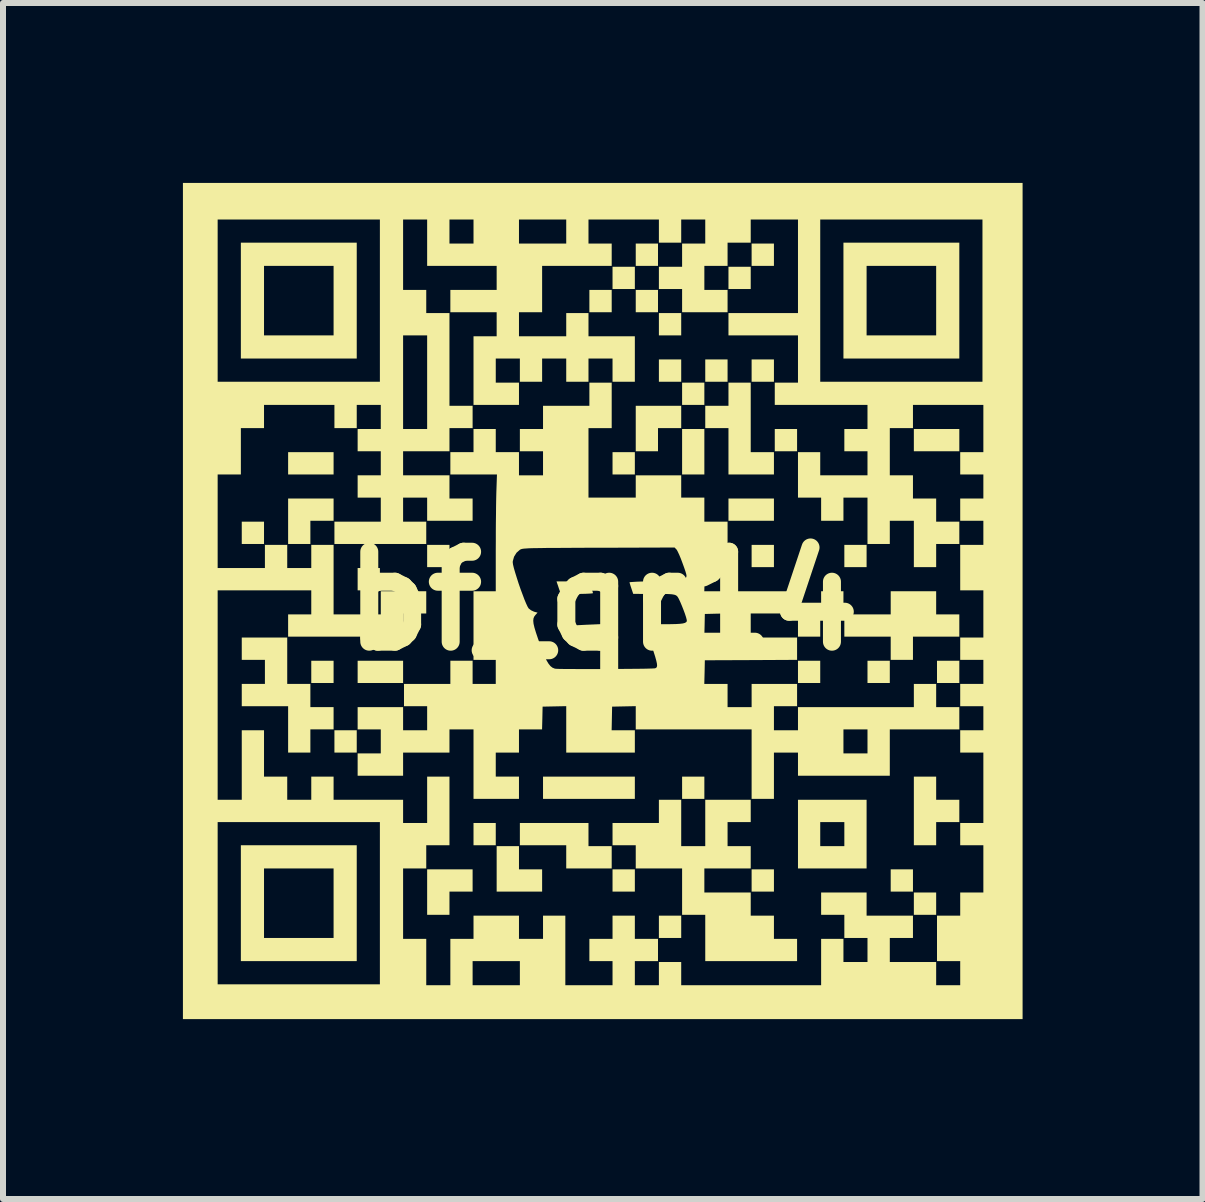
<source format=kicad_pcb>
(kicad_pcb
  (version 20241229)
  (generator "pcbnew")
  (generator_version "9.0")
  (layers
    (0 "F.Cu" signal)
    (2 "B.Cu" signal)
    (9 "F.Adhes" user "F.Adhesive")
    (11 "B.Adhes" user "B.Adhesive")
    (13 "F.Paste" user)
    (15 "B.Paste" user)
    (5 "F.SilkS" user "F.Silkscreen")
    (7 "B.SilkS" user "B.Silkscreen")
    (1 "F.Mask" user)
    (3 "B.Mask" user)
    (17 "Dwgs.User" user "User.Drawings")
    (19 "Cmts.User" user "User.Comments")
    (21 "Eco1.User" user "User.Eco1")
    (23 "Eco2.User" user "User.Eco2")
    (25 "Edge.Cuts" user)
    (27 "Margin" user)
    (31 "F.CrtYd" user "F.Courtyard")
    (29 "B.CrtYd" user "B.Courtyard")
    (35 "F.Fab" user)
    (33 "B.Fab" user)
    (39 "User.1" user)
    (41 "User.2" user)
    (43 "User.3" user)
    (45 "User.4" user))
  (footprint "bf_qr14"
    (layer "F.Cu")
    (at 7 6.971)
    (property "Reference" "bf_qr14" (at 0 0 0) (layer "F.SilkS") (effects (font (size 1.5 1.5) (thickness 0.3))))
    (attr board_only exclude_from_pos_files exclude_from_bom)
    (fp_poly (pts (xy -5.648 -1.137) (xy -5.648 -0.951) (xy -5.834 -0.951) (xy -6.019 -0.951) (xy -6.019 -1.137) (xy -6.019 -1.323) (xy -5.834 -1.323) (xy -5.648 -1.323)) (stroke (width 0) (type solid)) (fill yes) (layer "F.SilkS"))
    (fp_poly (pts (xy -4.488 -2.296) (xy -4.488 -2.11) (xy -4.867 -2.11) (xy -5.246 -2.11) (xy -5.246 -2.296) (xy -5.246 -2.482) (xy -4.867 -2.482) (xy -4.488 -2.482)) (stroke (width 0) (type solid)) (fill yes) (layer "F.SilkS"))
    (fp_poly (pts (xy -4.488 1.182) (xy -4.488 1.367) (xy -4.674 1.367) (xy -4.86 1.367) (xy -4.86 1.182) (xy -4.86 0.996) (xy -4.674 0.996) (xy -4.488 0.996)) (stroke (width 0) (type solid)) (fill yes) (layer "F.SilkS"))
    (fp_poly (pts (xy -4.102 2.341) (xy -4.102 2.527) (xy -4.288 2.527) (xy -4.474 2.527) (xy -4.474 2.341) (xy -4.474 2.155) (xy -4.288 2.155) (xy -4.102 2.155)) (stroke (width 0) (type solid)) (fill yes) (layer "F.SilkS"))
    (fp_poly (pts (xy -3.716 -0.364) (xy -3.716 -0.178) (xy -3.901 -0.178) (xy -4.087 -0.178) (xy -4.087 -0.364) (xy -4.087 -0.55) (xy -3.901 -0.55) (xy -3.716 -0.55)) (stroke (width 0) (type solid)) (fill yes) (layer "F.SilkS"))
    (fp_poly (pts (xy -3.329 1.182) (xy -3.329 1.367) (xy -3.708 1.367) (xy -4.087 1.367) (xy -4.087 1.182) (xy -4.087 0.996) (xy -3.708 0.996) (xy -3.329 0.996)) (stroke (width 0) (type solid)) (fill yes) (layer "F.SilkS"))
    (fp_poly (pts (xy -2.556 -0.751) (xy -2.556 -0.565) (xy -2.742 -0.565) (xy -2.928 -0.565) (xy -2.928 -0.751) (xy -2.928 -0.936) (xy -2.742 -0.936) (xy -2.556 -0.936)) (stroke (width 0) (type solid)) (fill yes) (layer "F.SilkS"))
    (fp_poly (pts (xy -1.784 3.887) (xy -1.784 4.072) (xy -1.969 4.072) (xy -2.155 4.072) (xy -2.155 3.887) (xy -2.155 3.701) (xy -1.969 3.701) (xy -1.784 3.701)) (stroke (width 0) (type solid)) (fill yes) (layer "F.SilkS"))
    (fp_poly (pts (xy 0.149 -5.001) (xy 0.149 -4.815) (xy -0.037 -4.815) (xy -0.223 -4.815) (xy -0.223 -5.001) (xy -0.223 -5.187) (xy -0.037 -5.187) (xy 0.149 -5.187)) (stroke (width 0) (type solid)) (fill yes) (layer "F.SilkS"))
    (fp_poly (pts (xy 0.535 -5.388) (xy 0.535 -5.202) (xy 0.349 -5.202) (xy 0.163 -5.202) (xy 0.163 -5.388) (xy 0.163 -5.573) (xy 0.349 -5.573) (xy 0.535 -5.573)) (stroke (width 0) (type solid)) (fill yes) (layer "F.SilkS"))
    (fp_poly (pts (xy 0.535 -2.296) (xy 0.535 -2.11) (xy 0.349 -2.11) (xy 0.163 -2.11) (xy 0.163 -2.296) (xy 0.163 -2.482) (xy 0.349 -2.482) (xy 0.535 -2.482)) (stroke (width 0) (type solid)) (fill yes) (layer "F.SilkS"))
    (fp_poly (pts (xy 0.535 3.114) (xy 0.535 3.299) (xy -0.23 3.299) (xy -0.996 3.299) (xy -0.996 3.114) (xy -0.996 2.928) (xy -0.23 2.928) (xy 0.535 2.928)) (stroke (width 0) (type solid)) (fill yes) (layer "F.SilkS"))
    (fp_poly (pts (xy 0.535 4.659) (xy 0.535 4.845) (xy 0.349 4.845) (xy 0.163 4.845) (xy 0.163 4.659) (xy 0.163 4.474) (xy 0.349 4.474) (xy 0.535 4.474)) (stroke (width 0) (type solid)) (fill yes) (layer "F.SilkS"))
    (fp_poly (pts (xy 0.921 -5.774) (xy 0.921 -5.588) (xy 0.736 -5.588) (xy 0.55 -5.588) (xy 0.55 -5.774) (xy 0.55 -5.96) (xy 0.736 -5.96) (xy 0.921 -5.96)) (stroke (width 0) (type solid)) (fill yes) (layer "F.SilkS"))
    (fp_poly (pts (xy 0.921 -5.001) (xy 0.921 -4.815) (xy 0.736 -4.815) (xy 0.55 -4.815) (xy 0.55 -5.001) (xy 0.55 -5.187) (xy 0.736 -5.187) (xy 0.921 -5.187)) (stroke (width 0) (type solid)) (fill yes) (layer "F.SilkS"))
    (fp_poly (pts (xy 1.308 -4.615) (xy 1.308 -4.429) (xy 1.122 -4.429) (xy 0.936 -4.429) (xy 0.936 -4.615) (xy 0.936 -4.801) (xy 1.122 -4.801) (xy 1.308 -4.801)) (stroke (width 0) (type solid)) (fill yes) (layer "F.SilkS"))
    (fp_poly (pts (xy 1.308 -3.842) (xy 1.308 -3.656) (xy 1.122 -3.656) (xy 0.936 -3.656) (xy 0.936 -3.842) (xy 0.936 -4.028) (xy 1.122 -4.028) (xy 1.308 -4.028)) (stroke (width 0) (type solid)) (fill yes) (layer "F.SilkS"))
    (fp_poly (pts (xy 1.308 5.432) (xy 1.308 5.618) (xy 1.122 5.618) (xy 0.936 5.618) (xy 0.936 5.432) (xy 0.936 5.246) (xy 1.122 5.246) (xy 1.308 5.246)) (stroke (width 0) (type solid)) (fill yes) (layer "F.SilkS"))
    (fp_poly (pts (xy 1.694 -3.456) (xy 1.694 -3.27) (xy 1.509 -3.27) (xy 1.323 -3.27) (xy 1.323 -3.456) (xy 1.323 -3.641) (xy 1.509 -3.641) (xy 1.694 -3.641)) (stroke (width 0) (type solid)) (fill yes) (layer "F.SilkS"))
    (fp_poly (pts (xy 1.694 -2.489) (xy 1.694 -2.11) (xy 1.509 -2.11) (xy 1.323 -2.11) (xy 1.323 -2.489) (xy 1.323 -2.868) (xy 1.509 -2.868) (xy 1.694 -2.868)) (stroke (width 0) (type solid)) (fill yes) (layer "F.SilkS"))
    (fp_poly (pts (xy 1.694 3.114) (xy 1.694 3.299) (xy 1.509 3.299) (xy 1.323 3.299) (xy 1.323 3.114) (xy 1.323 2.928) (xy 1.509 2.928) (xy 1.694 2.928)) (stroke (width 0) (type solid)) (fill yes) (layer "F.SilkS"))
    (fp_poly (pts (xy 2.081 -3.842) (xy 2.081 -3.656) (xy 1.895 -3.656) (xy 1.709 -3.656) (xy 1.709 -3.842) (xy 1.709 -4.028) (xy 1.895 -4.028) (xy 2.081 -4.028)) (stroke (width 0) (type solid)) (fill yes) (layer "F.SilkS"))
    (fp_poly (pts (xy 2.467 -5.388) (xy 2.467 -5.202) (xy 2.281 -5.202) (xy 2.096 -5.202) (xy 2.096 -5.388) (xy 2.096 -5.573) (xy 2.281 -5.573) (xy 2.467 -5.573)) (stroke (width 0) (type solid)) (fill yes) (layer "F.SilkS"))
    (fp_poly (pts (xy 2.854 -5.774) (xy 2.854 -5.588) (xy 2.668 -5.588) (xy 2.482 -5.588) (xy 2.482 -5.774) (xy 2.482 -5.96) (xy 2.668 -5.96) (xy 2.854 -5.96)) (stroke (width 0) (type solid)) (fill yes) (layer "F.SilkS"))
    (fp_poly (pts (xy 2.854 -3.842) (xy 2.854 -3.656) (xy 2.668 -3.656) (xy 2.482 -3.656) (xy 2.482 -3.842) (xy 2.482 -4.028) (xy 2.668 -4.028) (xy 2.854 -4.028)) (stroke (width 0) (type solid)) (fill yes) (layer "F.SilkS"))
    (fp_poly (pts (xy 2.854 -1.523) (xy 2.854 -1.338) (xy 2.475 -1.338) (xy 2.096 -1.338) (xy 2.096 -1.523) (xy 2.096 -1.709) (xy 2.475 -1.709) (xy 2.854 -1.709)) (stroke (width 0) (type solid)) (fill yes) (layer "F.SilkS"))
    (fp_poly (pts (xy 2.854 -0.751) (xy 2.854 -0.565) (xy 2.668 -0.565) (xy 2.482 -0.565) (xy 2.482 -0.751) (xy 2.482 -0.936) (xy 2.668 -0.936) (xy 2.854 -0.936)) (stroke (width 0) (type solid)) (fill yes) (layer "F.SilkS"))
    (fp_poly (pts (xy 2.854 4.659) (xy 2.854 4.845) (xy 2.668 4.845) (xy 2.482 4.845) (xy 2.482 4.659) (xy 2.482 4.474) (xy 2.668 4.474) (xy 2.854 4.474)) (stroke (width 0) (type solid)) (fill yes) (layer "F.SilkS"))
    (fp_poly (pts (xy 3.24 -2.683) (xy 3.24 -2.497) (xy 3.054 -2.497) (xy 2.868 -2.497) (xy 2.868 -2.683) (xy 2.868 -2.868) (xy 3.054 -2.868) (xy 3.24 -2.868)) (stroke (width 0) (type solid)) (fill yes) (layer "F.SilkS"))
    (fp_poly (pts (xy 3.626 0.409) (xy 3.626 0.594) (xy 3.441 0.594) (xy 3.255 0.594) (xy 3.255 0.409) (xy 3.255 0.223) (xy 3.441 0.223) (xy 3.626 0.223)) (stroke (width 0) (type solid)) (fill yes) (layer "F.SilkS"))
    (fp_poly (pts (xy 3.626 1.182) (xy 3.626 1.367) (xy 3.441 1.367) (xy 3.255 1.367) (xy 3.255 1.182) (xy 3.255 0.996) (xy 3.441 0.996) (xy 3.626 0.996)) (stroke (width 0) (type solid)) (fill yes) (layer "F.SilkS"))
    (fp_poly (pts (xy 4.013 0.022) (xy 4.013 0.208) (xy 3.827 0.208) (xy 3.641 0.208) (xy 3.641 0.022) (xy 3.641 -0.163) (xy 3.827 -0.163) (xy 4.013 -0.163)) (stroke (width 0) (type solid)) (fill yes) (layer "F.SilkS"))
    (fp_poly (pts (xy 4.399 -0.751) (xy 4.399 -0.565) (xy 4.214 -0.565) (xy 4.028 -0.565) (xy 4.028 -0.751) (xy 4.028 -0.936) (xy 4.214 -0.936) (xy 4.399 -0.936)) (stroke (width 0) (type solid)) (fill yes) (layer "F.SilkS"))
    (fp_poly (pts (xy 4.786 1.182) (xy 4.786 1.367) (xy 4.6 1.367) (xy 4.414 1.367) (xy 4.414 1.182) (xy 4.414 0.996) (xy 4.6 0.996) (xy 4.786 0.996)) (stroke (width 0) (type solid)) (fill yes) (layer "F.SilkS"))
    (fp_poly (pts (xy 5.172 4.659) (xy 5.172 4.845) (xy 4.986 4.845) (xy 4.801 4.845) (xy 4.801 4.659) (xy 4.801 4.474) (xy 4.986 4.474) (xy 5.172 4.474)) (stroke (width 0) (type solid)) (fill yes) (layer "F.SilkS"))
    (fp_poly (pts (xy 5.559 5.046) (xy 5.559 5.232) (xy 5.373 5.232) (xy 5.187 5.232) (xy 5.187 5.046) (xy 5.187 4.86) (xy 5.373 4.86) (xy 5.559 4.86)) (stroke (width 0) (type solid)) (fill yes) (layer "F.SilkS"))
    (fp_poly (pts (xy 5.945 -2.683) (xy 5.945 -2.497) (xy 5.566 -2.497) (xy 5.187 -2.497) (xy 5.187 -2.683) (xy 5.187 -2.868) (xy 5.566 -2.868) (xy 5.945 -2.868)) (stroke (width 0) (type solid)) (fill yes) (layer "F.SilkS"))
    (fp_poly (pts (xy 5.945 1.182) (xy 5.945 1.367) (xy 5.759 1.367) (xy 5.573 1.367) (xy 5.573 1.182) (xy 5.573 0.996) (xy 5.759 0.996) (xy 5.945 0.996)) (stroke (width 0) (type solid)) (fill yes) (layer "F.SilkS"))
    (fp_poly (pts (xy -4.488 -1.523) (xy -4.488 -1.338) (xy -4.682 -1.338) (xy -4.875 -1.338) (xy -4.875 -1.144) (xy -4.875 -0.951) (xy -5.061 -0.951) (xy -5.246 -0.951) (xy -5.246 -1.33) (xy -5.246 -1.709) (xy -4.867 -1.709) (xy -4.488 -1.709)) (stroke (width 0) (type solid)) (fill yes) (layer "F.SilkS"))
    (fp_poly (pts (xy -2.17 4.659) (xy -2.17 4.845) (xy -2.363 4.845) (xy -2.556 4.845) (xy -2.556 5.038) (xy -2.556 5.232) (xy -2.742 5.232) (xy -2.928 5.232) (xy -2.928 4.853) (xy -2.928 4.474) (xy -2.549 4.474) (xy -2.17 4.474)) (stroke (width 0) (type solid)) (fill yes) (layer "F.SilkS"))
    (fp_poly (pts (xy -1.397 4.28) (xy -1.397 4.474) (xy -1.204 4.474) (xy -1.011 4.474) (xy -1.011 4.659) (xy -1.011 4.845) (xy -1.39 4.845) (xy -1.769 4.845) (xy -1.769 4.466) (xy -1.769 4.087) (xy -1.583 4.087) (xy -1.397 4.087)) (stroke (width 0) (type solid)) (fill yes) (layer "F.SilkS"))
    (fp_poly (pts (xy 1.308 -3.069) (xy 1.308 -2.883) (xy 1.115 -2.883) (xy 0.921 -2.883) (xy 0.921 -2.69) (xy 0.921 -2.497) (xy 0.736 -2.497) (xy 0.55 -2.497) (xy 0.55 -2.876) (xy 0.55 -3.255) (xy 0.929 -3.255) (xy 1.308 -3.255)) (stroke (width 0) (type solid)) (fill yes) (layer "F.SilkS"))
    (fp_poly (pts (xy -0.238 3.894) (xy -0.238 4.087) (xy -0.045 4.087) (xy 0.149 4.087) (xy 0.149 4.273) (xy 0.149 4.459) (xy -0.23 4.459) (xy -0.609 4.459) (xy -0.609 4.266) (xy -0.609 4.072) (xy -0.996 4.072) (xy -1.382 4.072) (xy -1.382 3.887) (xy -1.382 3.701) (xy -0.81 3.701) (xy -0.238 3.701)) (stroke (width 0) (type solid)) (fill yes) (layer "F.SilkS"))
    (fp_poly (pts (xy 5.559 3.121) (xy 5.559 3.314) (xy 5.752 3.314) (xy 5.945 3.314) (xy 5.945 3.5) (xy 5.945 3.686) (xy 5.752 3.686) (xy 5.559 3.686) (xy 5.559 3.879) (xy 5.559 4.072) (xy 5.373 4.072) (xy 5.187 4.072) (xy 5.187 3.5) (xy 5.187 2.928) (xy 5.373 2.928) (xy 5.559 2.928)) (stroke (width 0) (type solid)) (fill yes) (layer "F.SilkS"))
    (fp_poly (pts (xy -4.102 -5.009) (xy -4.102 -4.043) (xy -5.068 -4.043) (xy -6.034 -4.043) (xy -6.034 -5.009) (xy -6.034 -5.588) (xy -5.648 -5.588) (xy -5.648 -5.009) (xy -5.648 -4.429) (xy -5.068 -4.429) (xy -4.488 -4.429) (xy -4.488 -5.009) (xy -4.488 -5.588) (xy -5.068 -5.588) (xy -5.648 -5.588) (xy -6.034 -5.588) (xy -6.034 -5.975) (xy -5.068 -5.975) (xy -4.102 -5.975)) (stroke (width 0) (type solid)) (fill yes) (layer "F.SilkS"))
    (fp_poly (pts (xy -4.102 5.038) (xy -4.102 6.004) (xy -5.068 6.004) (xy -6.034 6.004) (xy -6.034 5.038) (xy -6.034 4.459) (xy -5.648 4.459) (xy -5.648 5.038) (xy -5.648 5.618) (xy -5.068 5.618) (xy -4.488 5.618) (xy -4.488 5.038) (xy -4.488 4.459) (xy -5.068 4.459) (xy -5.648 4.459) (xy -6.034 4.459) (xy -6.034 4.072) (xy -5.068 4.072) (xy -4.102 4.072)) (stroke (width 0) (type solid)) (fill yes) (layer "F.SilkS"))
    (fp_poly (pts (xy 4.399 3.887) (xy 4.399 4.459) (xy 3.827 4.459) (xy 3.255 4.459) (xy 3.255 3.887) (xy 3.255 3.686) (xy 3.626 3.686) (xy 3.626 3.887) (xy 3.626 4.087) (xy 3.827 4.087) (xy 4.028 4.087) (xy 4.028 3.887) (xy 4.028 3.686) (xy 3.827 3.686) (xy 3.626 3.686) (xy 3.255 3.686) (xy 3.255 3.314) (xy 3.827 3.314) (xy 4.399 3.314)) (stroke (width 0) (type solid)) (fill yes) (layer "F.SilkS"))
    (fp_poly (pts (xy 5.945 -5.009) (xy 5.945 -4.043) (xy 4.979 -4.043) (xy 4.013 -4.043) (xy 4.013 -5.009) (xy 4.013 -5.588) (xy 4.399 -5.588) (xy 4.399 -5.009) (xy 4.399 -4.429) (xy 4.979 -4.429) (xy 5.559 -4.429) (xy 5.559 -5.009) (xy 5.559 -5.588) (xy 4.979 -5.588) (xy 4.399 -5.588) (xy 4.013 -5.588) (xy 4.013 -5.975) (xy 4.979 -5.975) (xy 5.945 -5.975)) (stroke (width 0) (type solid)) (fill yes) (layer "F.SilkS"))
    (fp_poly (pts (xy 2.467 -3.062) (xy 2.467 -2.482) (xy 2.66 -2.482) (xy 2.854 -2.482) (xy 2.854 -2.296) (xy 2.854 -2.11) (xy 2.475 -2.11) (xy 2.096 -2.11) (xy 2.096 -2.497) (xy 2.096 -2.883) (xy 1.902 -2.883) (xy 1.709 -2.883) (xy 1.709 -3.069) (xy 1.709 -3.255) (xy 1.902 -3.255) (xy 2.096 -3.255) (xy 2.096 -3.448) (xy 2.096 -3.641) (xy 2.281 -3.641) (xy 2.467 -3.641)) (stroke (width 0) (type solid)) (fill yes) (layer "F.SilkS"))
    (fp_poly (pts (xy -0.195 -0.235) (xy -0.179 -0.186) (xy -0.167 -0.148) (xy -0.163 -0.131) (xy -0.178 -0.127) (xy -0.217 -0.124) (xy -0.276 -0.121) (xy -0.351 -0.119) (xy -0.431 -0.119) (xy -0.534 -0.119) (xy -0.609 -0.121) (xy -0.661 -0.125) (xy -0.692 -0.129) (xy -0.706 -0.136) (xy -0.706 -0.137) (xy -0.714 -0.161) (xy -0.729 -0.202) (xy -0.742 -0.242) (xy -0.771 -0.327) (xy -0.498 -0.327) (xy -0.226 -0.327)) (stroke (width 0) (type solid)) (fill yes) (layer "F.SilkS"))
    (fp_poly (pts (xy 5.559 0.03) (xy 5.559 0.223) (xy 5.752 0.223) (xy 5.945 0.223) (xy 5.945 0.409) (xy 5.945 0.594) (xy 5.559 0.594) (xy 5.172 0.594) (xy 5.172 0.788) (xy 5.172 0.981) (xy 4.986 0.981) (xy 4.801 0.981) (xy 4.801 0.788) (xy 4.801 0.594) (xy 4.414 0.594) (xy 4.028 0.594) (xy 4.028 0.409) (xy 4.028 0.223) (xy 4.414 0.223) (xy 4.801 0.223) (xy 4.801 0.03) (xy 4.801 -0.163) (xy 5.18 -0.163) (xy 5.559 -0.163)) (stroke (width 0) (type solid)) (fill yes) (layer "F.SilkS"))
    (fp_poly (pts (xy 0.086 0.486) (xy 0.102 0.537) (xy 0.114 0.578) (xy 0.119 0.599) (xy 0.119 0.599) (xy 0.105 0.602) (xy 0.066 0.605) (xy 0.006 0.607) (xy -0.069 0.609) (xy -0.149 0.609) (xy -0.244 0.609) (xy -0.314 0.609) (xy -0.362 0.607) (xy -0.394 0.604) (xy -0.412 0.598) (xy -0.422 0.59) (xy -0.428 0.579) (xy -0.43 0.575) (xy -0.448 0.524) (xy -0.463 0.474) (xy -0.472 0.434) (xy -0.475 0.411) (xy -0.474 0.41) (xy -0.458 0.407) (xy -0.417 0.403) (xy -0.356 0.4) (xy -0.28 0.396) (xy -0.208 0.393) (xy 0.052 0.382)) (stroke (width 0) (type solid)) (fill yes) (layer "F.SilkS"))
    (fp_poly (pts (xy -5.261 0.996) (xy -5.261 1.382) (xy -5.068 1.382) (xy -4.875 1.382) (xy -4.875 1.575) (xy -4.875 1.769) (xy -4.682 1.769) (xy -4.488 1.769) (xy -4.488 1.954) (xy -4.488 2.14) (xy -4.682 2.14) (xy -4.875 2.14) (xy -4.875 2.333) (xy -4.875 2.527) (xy -5.061 2.527) (xy -5.246 2.527) (xy -5.246 2.14) (xy -5.246 1.754) (xy -5.633 1.754) (xy -6.019 1.754) (xy -6.019 1.568) (xy -6.019 1.382) (xy -5.826 1.382) (xy -5.633 1.382) (xy -5.633 1.182) (xy -5.633 0.981) (xy -5.826 0.981) (xy -6.019 0.981) (xy -6.019 0.795) (xy -6.019 0.609) (xy -5.64 0.609) (xy -5.261 0.609)) (stroke (width 0) (type solid)) (fill yes) (layer "F.SilkS"))
    (fp_poly (pts (xy 1.308 3.701) (xy 1.308 4.087) (xy 1.509 4.087) (xy 1.709 4.087) (xy 1.709 3.701) (xy 1.709 3.314) (xy 2.088 3.314) (xy 2.467 3.314) (xy 2.467 3.5) (xy 2.467 3.686) (xy 2.274 3.686) (xy 2.081 3.686) (xy 2.081 3.887) (xy 2.081 4.087) (xy 2.274 4.087) (xy 2.467 4.087) (xy 2.467 4.273) (xy 2.467 4.459) (xy 2.081 4.459) (xy 1.694 4.459) (xy 1.694 4.659) (xy 1.694 4.86) (xy 2.081 4.86) (xy 2.467 4.86) (xy 2.467 5.053) (xy 2.467 5.246) (xy 2.66 5.246) (xy 2.854 5.246) (xy 2.854 5.44) (xy 2.854 5.633) (xy 3.047 5.633) (xy 3.24 5.633) (xy 3.24 5.819) (xy 3.24 6.004) (xy 2.475 6.004) (xy 1.709 6.004) (xy 1.709 5.618) (xy 1.709 5.232) (xy 1.516 5.232) (xy 1.323 5.232) (xy 1.323 4.845) (xy 1.323 4.459) (xy 0.936 4.459) (xy 0.55 4.459) (xy 0.55 4.266) (xy 0.55 4.072) (xy 0.357 4.072) (xy 0.163 4.072) (xy 0.163 3.887) (xy 0.163 3.701) (xy 0.55 3.701) (xy 0.936 3.701) (xy 0.936 3.508) (xy 0.936 3.314) (xy 1.122 3.314) (xy 1.308 3.314)) (stroke (width 0) (type solid)) (fill yes) (layer "F.SilkS"))
    (fp_poly (pts (xy 0.149 -3.262) (xy 0.149 -2.883) (xy -0.045 -2.883) (xy -0.238 -2.883) (xy -0.238 -2.304) (xy -0.238 -1.724) (xy 0.156 -1.724) (xy 0.55 -1.724) (xy 0.55 -1.91) (xy 0.55 -2.096) (xy 0.929 -2.096) (xy 1.308 -2.096) (xy 1.308 -1.91) (xy 1.308 -1.724) (xy 1.501 -1.724) (xy 1.694 -1.724) (xy 1.694 -1.523) (xy 1.694 -1.323) (xy 1.888 -1.323) (xy 2.081 -1.323) (xy 2.081 -0.944) (xy 2.081 -0.566) (xy 1.891 -0.562) (xy 1.702 -0.557) (xy 1.698 -0.36) (xy 1.693 -0.163) (xy 2.467 -0.163) (xy 3.24 -0.163) (xy 3.24 0.022) (xy 3.24 0.208) (xy 2.854 0.208) (xy 2.467 0.208) (xy 2.467 0.409) (xy 2.467 0.609) (xy 2.854 0.609) (xy 3.24 0.609) (xy 3.24 0.795) (xy 3.24 0.981) (xy 2.471 0.985) (xy 1.702 0.988) (xy 1.698 1.185) (xy 1.693 1.382) (xy 1.887 1.382) (xy 2.081 1.382) (xy 2.081 1.575) (xy 2.081 1.769) (xy 2.281 1.769) (xy 2.482 1.769) (xy 2.482 1.575) (xy 2.482 1.382) (xy 2.861 1.382) (xy 3.24 1.382) (xy 3.24 1.568) (xy 3.24 1.754) (xy 3.047 1.754) (xy 2.854 1.754) (xy 2.854 1.954) (xy 2.854 2.155) (xy 3.054 2.155) (xy 3.255 2.155) (xy 3.255 2.14) (xy 4.013 2.14) (xy 4.013 2.341) (xy 4.013 2.541) (xy 4.214 2.541) (xy 4.414 2.541) (xy 4.414 2.341) (xy 4.414 2.14) (xy 4.214 2.14) (xy 4.013 2.14) (xy 3.255 2.14) (xy 3.255 1.962) (xy 3.255 1.769) (xy 4.221 1.769) (xy 5.187 1.769) (xy 5.187 1.575) (xy 5.187 1.382) (xy 5.373 1.382) (xy 5.559 1.382) (xy 5.559 1.575) (xy 5.559 1.769) (xy 5.752 1.769) (xy 5.945 1.769) (xy 5.945 1.954) (xy 5.945 2.14) (xy 5.365 2.14) (xy 4.786 2.14) (xy 4.786 2.527) (xy 4.786 2.913) (xy 4.02 2.913) (xy 3.255 2.913) (xy 3.255 2.72) (xy 3.255 2.527) (xy 3.054 2.527) (xy 2.854 2.527) (xy 2.854 2.913) (xy 2.854 3.299) (xy 2.668 3.299) (xy 2.482 3.299) (xy 2.482 2.72) (xy 2.482 2.14) (xy 1.516 2.14) (xy 0.55 2.14) (xy 0.55 1.947) (xy 0.55 1.753) (xy 0.353 1.757) (xy 0.156 1.761) (xy 0.152 1.958) (xy 0.148 2.155) (xy 0.341 2.155) (xy 0.535 2.155) (xy 0.535 2.341) (xy 0.535 2.527) (xy -0.037 2.527) (xy -0.609 2.527) (xy -0.609 2.14) (xy -0.609 1.753) (xy -0.806 1.757) (xy -1.003 1.761) (xy -1.007 1.951) (xy -1.012 2.14) (xy -1.204 2.14) (xy -1.397 2.14) (xy -1.397 2.333) (xy -1.397 2.527) (xy -1.59 2.527) (xy -1.784 2.527) (xy -1.784 2.727) (xy -1.784 2.928) (xy -1.59 2.928) (xy -1.397 2.928) (xy -1.397 3.114) (xy -1.397 3.299) (xy -1.776 3.299) (xy -2.155 3.299) (xy -2.155 2.72) (xy -2.155 2.14) (xy -2.356 2.14) (xy -2.556 2.14) (xy -2.556 2.333) (xy -2.556 2.527) (xy -2.943 2.527) (xy -3.329 2.527) (xy -3.329 2.72) (xy -3.329 2.913) (xy -3.708 2.913) (xy -4.087 2.913) (xy -4.087 2.727) (xy -4.087 2.541) (xy -3.894 2.541) (xy -3.701 2.541) (xy -3.701 2.341) (xy -3.701 2.14) (xy -3.894 2.14) (xy -4.087 2.14) (xy -4.087 1.954) (xy -4.087 1.769) (xy -3.708 1.769) (xy -3.329 1.769) (xy -3.329 1.962) (xy -3.329 2.155) (xy -3.129 2.155) (xy -2.928 2.155) (xy -2.928 1.954) (xy -2.928 1.754) (xy -3.121 1.754) (xy -3.314 1.754) (xy -3.314 1.568) (xy -3.314 1.382) (xy -2.928 1.382) (xy -2.541 1.382) (xy -2.541 1.189) (xy -2.541 0.996) (xy -2.356 0.996) (xy -2.17 0.996) (xy -2.17 1.189) (xy -2.17 1.382) (xy -1.977 1.382) (xy -1.784 1.382) (xy -1.784 1.182) (xy -1.784 0.981) (xy -1.969 0.981) (xy -2.155 0.981) (xy -2.155 0.409) (xy -2.155 -0.163) (xy -1.969 -0.163) (xy -1.784 -0.163) (xy -1.784 -0.644) (xy -1.501 -0.644) (xy -1.496 -0.607) (xy -1.482 -0.548) (xy -1.46 -0.473) (xy -1.433 -0.386) (xy -1.403 -0.292) (xy -1.37 -0.197) (xy -1.336 -0.106) (xy -1.305 -0.023) (xy -1.276 0.046) (xy -1.252 0.097) (xy -1.236 0.123) (xy -1.195 0.155) (xy -1.146 0.178) (xy -1.142 0.179) (xy -1.087 0.194) (xy -1.123 0.233) (xy -1.143 0.26) (xy -1.155 0.29) (xy -1.159 0.329) (xy -1.154 0.379) (xy -1.139 0.443) (xy -1.114 0.526) (xy -1.079 0.63) (xy -1.052 0.705) (xy -1.007 0.826) (xy -0.969 0.921) (xy -0.935 0.994) (xy -0.903 1.047) (xy -0.872 1.085) (xy -0.839 1.111) (xy -0.803 1.126) (xy -0.797 1.128) (xy -0.776 1.13) (xy -0.728 1.132) (xy -0.657 1.133) (xy -0.566 1.134) (xy -0.46 1.134) (xy -0.34 1.135) (xy -0.211 1.135) (xy -0.076 1.135) (xy 0.062 1.134) (xy 0.199 1.133) (xy 0.333 1.132) (xy 0.459 1.131) (xy 0.574 1.13) (xy 0.675 1.129) (xy 0.759 1.127) (xy 0.822 1.125) (xy 0.861 1.123) (xy 0.872 1.122) (xy 0.89 1.114) (xy 0.901 1.1) (xy 0.906 1.077) (xy 0.903 1.043) (xy 0.892 0.993) (xy 0.873 0.924) (xy 0.844 0.834) (xy 0.809 0.727) (xy 0.778 0.633) (xy 0.77 0.609) (xy 1.693 0.609) (xy 1.895 0.609) (xy 2.096 0.609) (xy 2.096 0.408) (xy 2.096 0.207) (xy 1.899 0.211) (xy 1.702 0.216) (xy 1.698 0.412) (xy 1.693 0.609) (xy 0.77 0.609) (xy 0.75 0.549) (xy 0.727 0.479) (xy 0.71 0.427) (xy 0.701 0.396) (xy 0.699 0.39) (xy 0.713 0.389) (xy 0.752 0.388) (xy 0.813 0.387) (xy 0.89 0.387) (xy 0.979 0.386) (xy 1.01 0.386) (xy 1.127 0.386) (xy 1.219 0.384) (xy 1.287 0.38) (xy 1.336 0.374) (xy 1.369 0.365) (xy 1.39 0.353) (xy 1.401 0.338) (xy 1.402 0.335) (xy 1.4 0.313) (xy 1.389 0.27) (xy 1.37 0.212) (xy 1.346 0.147) (xy 1.319 0.079) (xy 1.292 0.015) (xy 1.268 -0.036) (xy 1.254 -0.061) (xy 1.24 -0.08) (xy 1.221 -0.095) (xy 1.194 -0.105) (xy 1.155 -0.112) (xy 1.101 -0.116) (xy 1.026 -0.118) (xy 0.928 -0.118) (xy 0.852 -0.118) (xy 0.508 -0.119) (xy 0.477 -0.211) (xy 0.461 -0.26) (xy 0.45 -0.296) (xy 0.446 -0.313) (xy 0.46 -0.315) (xy 0.5 -0.318) (xy 0.563 -0.322) (xy 0.645 -0.325) (xy 0.742 -0.328) (xy 0.85 -0.331) (xy 0.894 -0.332) (xy 1.024 -0.335) (xy 1.127 -0.338) (xy 1.207 -0.341) (xy 1.267 -0.344) (xy 1.31 -0.348) (xy 1.339 -0.353) (xy 1.358 -0.359) (xy 1.369 -0.366) (xy 1.37 -0.366) (xy 1.391 -0.396) (xy 1.397 -0.417) (xy 1.392 -0.448) (xy 1.377 -0.499) (xy 1.355 -0.563) (xy 1.329 -0.634) (xy 1.302 -0.706) (xy 1.275 -0.771) (xy 1.251 -0.822) (xy 1.234 -0.854) (xy 1.23 -0.858) (xy 1.198 -0.892) (xy -0.066 -0.888) (xy -0.289 -0.888) (xy -0.484 -0.887) (xy -0.654 -0.886) (xy -0.799 -0.885) (xy -0.922 -0.885) (xy -1.026 -0.883) (xy -1.111 -0.882) (xy -1.18 -0.881) (xy -1.235 -0.879) (xy -1.278 -0.876) (xy -1.31 -0.874) (xy -1.334 -0.871) (xy -1.352 -0.867) (xy -1.365 -0.863) (xy -1.375 -0.858) (xy -1.382 -0.854) (xy -1.438 -0.805) (xy -1.479 -0.739) (xy -1.5 -0.665) (xy -1.501 -0.644) (xy -1.784 -0.644) (xy -1.784 -0.845) (xy -1.783 -0.998) (xy -1.783 -1.152) (xy -1.782 -1.304) (xy -1.78 -1.448) (xy -1.779 -1.579) (xy -1.777 -1.693) (xy -1.775 -1.784) (xy -1.774 -1.818) (xy -1.764 -2.11) (xy -2.153 -2.11) (xy -2.541 -2.11) (xy -2.541 -2.296) (xy -2.541 -2.482) (xy -2.348 -2.482) (xy -2.155 -2.482) (xy -2.155 -2.675) (xy -2.155 -2.868) (xy -1.969 -2.868) (xy -1.784 -2.868) (xy -1.784 -2.675) (xy -1.784 -2.482) (xy -1.59 -2.482) (xy -1.397 -2.482) (xy -1.397 -2.289) (xy -1.397 -2.096) (xy -1.196 -2.096) (xy -0.996 -2.096) (xy -0.996 -2.296) (xy -0.996 -2.497) (xy -1.189 -2.497) (xy -1.382 -2.497) (xy -1.382 -2.683) (xy -1.382 -2.868) (xy -1.189 -2.868) (xy -0.996 -2.868) (xy -0.996 -3.062) (xy -0.996 -3.255) (xy -0.609 -3.255) (xy -0.223 -3.255) (xy -0.223 -3.448) (xy -0.223 -3.641) (xy -0.037 -3.641) (xy 0.149 -3.641)) (stroke (width 0) (type solid)) (fill yes) (layer "F.SilkS"))
    (fp_poly (pts (xy 7 0) (xy 7 6.971) (xy 0 6.971) (xy -7 6.971) (xy -7 3.686) (xy -6.421 3.686) (xy -6.421 5.038) (xy -6.421 6.391) (xy -5.068 6.391) (xy -3.716 6.391) (xy -3.716 5.038) (xy -3.716 3.686) (xy -5.068 3.686) (xy -6.421 3.686) (xy -7 3.686) (xy -7 3.314) (xy -6.421 3.314) (xy -6.22 3.314) (xy -6.019 3.314) (xy -6.019 2.735) (xy -6.019 2.155) (xy -5.834 2.155) (xy -5.648 2.155) (xy -5.648 2.541) (xy -5.648 2.928) (xy -5.455 2.928) (xy -5.261 2.928) (xy -5.261 3.121) (xy -5.261 3.314) (xy -5.061 3.314) (xy -4.86 3.314) (xy -4.86 3.121) (xy -4.86 2.928) (xy -4.674 2.928) (xy -4.488 2.928) (xy -4.488 3.121) (xy -4.488 3.314) (xy -3.909 3.314) (xy -3.329 3.314) (xy -3.329 3.508) (xy -3.329 3.701) (xy -3.129 3.701) (xy -2.928 3.701) (xy -2.928 3.314) (xy -2.928 2.928) (xy -2.742 2.928) (xy -2.556 2.928) (xy -2.556 3.5) (xy -2.556 4.072) (xy -2.75 4.072) (xy -2.943 4.072) (xy -2.943 4.266) (xy -2.943 4.459) (xy -3.136 4.459) (xy -3.329 4.459) (xy -3.329 5.046) (xy -3.329 5.633) (xy -3.136 5.633) (xy -2.943 5.633) (xy -2.943 6.019) (xy -2.943 6.406) (xy -2.742 6.406) (xy -2.541 6.406) (xy -2.541 6.019) (xy -2.541 6.004) (xy -2.17 6.004) (xy -2.17 6.205) (xy -2.17 6.406) (xy -1.776 6.406) (xy -1.382 6.406) (xy -1.382 6.205) (xy -1.382 6.004) (xy -1.776 6.004) (xy -2.17 6.004) (xy -2.541 6.004) (xy -2.541 5.633) (xy -2.348 5.633) (xy -2.155 5.633) (xy -2.155 5.44) (xy -2.155 5.246) (xy -1.776 5.246) (xy -1.397 5.246) (xy -1.397 5.44) (xy -1.397 5.633) (xy -1.196 5.633) (xy -0.996 5.633) (xy -0.996 5.44) (xy -0.996 5.246) (xy -0.81 5.246) (xy -0.624 5.246) (xy -0.624 5.826) (xy -0.624 6.406) (xy -0.23 6.406) (xy 0.163 6.406) (xy 0.163 6.205) (xy 0.163 6.004) (xy -0.03 6.004) (xy -0.223 6.004) (xy -0.223 5.819) (xy -0.223 5.633) (xy -0.03 5.633) (xy 0.163 5.633) (xy 0.163 5.44) (xy 0.163 5.246) (xy 0.349 5.246) (xy 0.535 5.246) (xy 0.535 5.44) (xy 0.535 5.633) (xy 0.728 5.633) (xy 0.921 5.633) (xy 0.921 5.819) (xy 0.921 6.004) (xy 0.728 6.004) (xy 0.535 6.004) (xy 0.535 6.205) (xy 0.535 6.406) (xy 0.736 6.406) (xy 0.936 6.406) (xy 0.936 6.213) (xy 0.936 6.019) (xy 1.122 6.019) (xy 1.308 6.019) (xy 1.308 6.213) (xy 1.308 6.406) (xy 2.475 6.406) (xy 3.641 6.406) (xy 3.641 6.019) (xy 3.641 5.633) (xy 3.827 5.633) (xy 4.013 5.633) (xy 4.013 5.826) (xy 4.013 6.019) (xy 4.214 6.019) (xy 4.414 6.019) (xy 4.414 5.819) (xy 4.414 5.618) (xy 4.221 5.618) (xy 4.028 5.618) (xy 4.028 5.425) (xy 4.028 5.232) (xy 3.835 5.232) (xy 3.641 5.232) (xy 3.641 5.046) (xy 3.641 4.86) (xy 4.02 4.86) (xy 4.399 4.86) (xy 4.399 5.053) (xy 4.399 5.246) (xy 4.786 5.246) (xy 5.172 5.246) (xy 5.172 5.432) (xy 5.172 5.618) (xy 4.979 5.618) (xy 4.786 5.618) (xy 4.786 5.819) (xy 4.786 6.019) (xy 5.172 6.019) (xy 5.559 6.019) (xy 5.559 6.213) (xy 5.559 6.406) (xy 5.759 6.406) (xy 5.96 6.406) (xy 5.96 6.205) (xy 5.96 6.004) (xy 5.767 6.004) (xy 5.573 6.004) (xy 5.573 5.625) (xy 5.573 5.246) (xy 5.767 5.246) (xy 5.96 5.246) (xy 5.96 5.053) (xy 5.96 4.86) (xy 6.153 4.86) (xy 6.346 4.86) (xy 6.346 4.466) (xy 6.346 4.072) (xy 6.153 4.072) (xy 5.96 4.072) (xy 5.96 3.887) (xy 5.96 3.701) (xy 6.153 3.701) (xy 6.346 3.701) (xy 6.346 3.114) (xy 6.346 2.527) (xy 6.153 2.527) (xy 5.96 2.527) (xy 5.96 2.341) (xy 5.96 2.155) (xy 6.153 2.155) (xy 6.346 2.155) (xy 6.346 1.954) (xy 6.346 1.754) (xy 6.153 1.754) (xy 5.96 1.754) (xy 5.96 1.568) (xy 5.96 1.382) (xy 6.153 1.382) (xy 6.346 1.382) (xy 6.346 1.182) (xy 6.346 0.981) (xy 6.153 0.981) (xy 5.96 0.981) (xy 5.96 0.795) (xy 5.96 0.609) (xy 6.153 0.609) (xy 6.346 0.609) (xy 6.346 0.216) (xy 6.346 -0.178) (xy 6.153 -0.178) (xy 5.96 -0.178) (xy 5.96 -0.557) (xy 5.96 -0.936) (xy 6.153 -0.936) (xy 6.346 -0.936) (xy 6.346 -1.137) (xy 6.346 -1.338) (xy 6.153 -1.338) (xy 5.96 -1.338) (xy 5.96 -1.523) (xy 5.96 -1.709) (xy 6.153 -1.709) (xy 6.346 -1.709) (xy 6.346 -1.91) (xy 6.346 -2.11) (xy 6.153 -2.11) (xy 5.96 -2.11) (xy 5.96 -2.296) (xy 5.96 -2.482) (xy 6.153 -2.482) (xy 6.346 -2.482) (xy 6.346 -2.876) (xy 6.346 -3.27) (xy 5.759 -3.27) (xy 5.172 -3.27) (xy 5.172 -3.077) (xy 5.172 -2.883) (xy 4.979 -2.883) (xy 4.786 -2.883) (xy 4.786 -2.489) (xy 4.786 -2.096) (xy 4.979 -2.096) (xy 5.172 -2.096) (xy 5.172 -1.902) (xy 5.172 -1.709) (xy 5.365 -1.709) (xy 5.559 -1.709) (xy 5.559 -1.516) (xy 5.559 -1.323) (xy 5.752 -1.323) (xy 5.945 -1.323) (xy 5.945 -1.137) (xy 5.945 -0.951) (xy 5.752 -0.951) (xy 5.559 -0.951) (xy 5.559 -0.758) (xy 5.559 -0.565) (xy 5.373 -0.565) (xy 5.187 -0.565) (xy 5.187 -0.951) (xy 5.187 -1.338) (xy 4.986 -1.338) (xy 4.786 -1.338) (xy 4.786 -1.144) (xy 4.786 -0.951) (xy 4.6 -0.951) (xy 4.414 -0.951) (xy 4.414 -1.338) (xy 4.414 -1.724) (xy 4.214 -1.724) (xy 4.013 -1.724) (xy 4.013 -1.531) (xy 4.013 -1.338) (xy 3.827 -1.338) (xy 3.641 -1.338) (xy 3.641 -1.531) (xy 3.641 -1.724) (xy 3.448 -1.724) (xy 3.255 -1.724) (xy 3.255 -2.103) (xy 3.255 -2.482) (xy 3.441 -2.482) (xy 3.626 -2.482) (xy 3.626 -2.289) (xy 3.626 -2.096) (xy 4.02 -2.096) (xy 4.414 -2.096) (xy 4.414 -2.296) (xy 4.414 -2.497) (xy 4.221 -2.497) (xy 4.028 -2.497) (xy 4.028 -2.683) (xy 4.028 -2.868) (xy 4.221 -2.868) (xy 4.414 -2.868) (xy 4.414 -3.069) (xy 4.414 -3.27) (xy 3.641 -3.27) (xy 2.868 -3.27) (xy 2.868 -3.456) (xy 2.868 -3.641) (xy 3.062 -3.641) (xy 3.255 -3.641) (xy 3.255 -4.035) (xy 3.255 -4.429) (xy 2.675 -4.429) (xy 2.096 -4.429) (xy 2.096 -4.615) (xy 2.096 -4.801) (xy 2.675 -4.801) (xy 3.255 -4.801) (xy 3.255 -5.581) (xy 3.255 -6.361) (xy 3.626 -6.361) (xy 3.626 -5.009) (xy 3.626 -3.656) (xy 4.979 -3.656) (xy 6.331 -3.656) (xy 6.331 -5.009) (xy 6.331 -6.361) (xy 4.979 -6.361) (xy 3.626 -6.361) (xy 3.255 -6.361) (xy 2.861 -6.361) (xy 2.467 -6.361) (xy 2.467 -6.168) (xy 2.467 -5.975) (xy 2.274 -5.975) (xy 2.081 -5.975) (xy 2.081 -5.782) (xy 2.081 -5.588) (xy 1.888 -5.588) (xy 1.694 -5.588) (xy 1.694 -5.388) (xy 1.694 -5.187) (xy 1.888 -5.187) (xy 2.081 -5.187) (xy 2.081 -5.001) (xy 2.081 -4.815) (xy 1.702 -4.815) (xy 1.323 -4.815) (xy 1.323 -5.009) (xy 1.323 -5.202) (xy 1.13 -5.202) (xy 0.936 -5.202) (xy 0.936 -5.388) (xy 0.936 -5.573) (xy 1.13 -5.573) (xy 1.323 -5.573) (xy 1.323 -5.767) (xy 1.323 -5.96) (xy 1.516 -5.96) (xy 1.709 -5.96) (xy 1.709 -6.161) (xy 1.709 -6.361) (xy 1.509 -6.361) (xy 1.308 -6.361) (xy 1.308 -6.168) (xy 1.308 -5.975) (xy 1.122 -5.975) (xy 0.936 -5.975) (xy 0.936 -6.168) (xy 0.936 -6.361) (xy 0.349 -6.361) (xy -0.238 -6.361) (xy -0.238 -6.161) (xy -0.238 -5.96) (xy -0.045 -5.96) (xy 0.149 -5.96) (xy 0.149 -5.774) (xy 0.149 -5.588) (xy -0.431 -5.588) (xy -1.011 -5.588) (xy -1.011 -5.202) (xy -1.011 -4.815) (xy -1.204 -4.815) (xy -1.397 -4.815) (xy -1.397 -4.615) (xy -1.397 -4.414) (xy -1.003 -4.414) (xy -0.609 -4.414) (xy -0.609 -4.607) (xy -0.609 -4.801) (xy -0.424 -4.801) (xy -0.238 -4.801) (xy -0.238 -4.607) (xy -0.238 -4.414) (xy 0.149 -4.414) (xy 0.535 -4.414) (xy 0.535 -4.035) (xy 0.535 -3.656) (xy 0.349 -3.656) (xy 0.163 -3.656) (xy 0.163 -3.849) (xy 0.163 -4.043) (xy -0.037 -4.043) (xy -0.238 -4.043) (xy -0.238 -3.849) (xy -0.238 -3.656) (xy -0.424 -3.656) (xy -0.609 -3.656) (xy -0.609 -3.849) (xy -0.609 -4.043) (xy -0.81 -4.043) (xy -1.011 -4.043) (xy -1.011 -3.849) (xy -1.011 -3.656) (xy -1.196 -3.656) (xy -1.382 -3.656) (xy -1.382 -3.849) (xy -1.382 -4.043) (xy -1.583 -4.043) (xy -1.784 -4.043) (xy -1.784 -3.842) (xy -1.784 -3.641) (xy -1.59 -3.641) (xy -1.397 -3.641) (xy -1.397 -3.456) (xy -1.397 -3.27) (xy -1.776 -3.27) (xy -2.155 -3.27) (xy -2.155 -3.842) (xy -2.155 -4.414) (xy -1.962 -4.414) (xy -1.769 -4.414) (xy -1.769 -4.615) (xy -1.769 -4.815) (xy -2.155 -4.815) (xy -2.541 -4.815) (xy -2.541 -5.001) (xy -2.541 -5.187) (xy -2.155 -5.187) (xy -1.769 -5.187) (xy -1.769 -5.388) (xy -1.769 -5.588) (xy -2.348 -5.588) (xy -2.928 -5.588) (xy -2.928 -5.975) (xy -2.928 -6.361) (xy -2.556 -6.361) (xy -2.556 -6.161) (xy -2.556 -5.96) (xy -2.356 -5.96) (xy -2.155 -5.96) (xy -2.155 -6.161) (xy -2.155 -6.361) (xy -1.397 -6.361) (xy -1.397 -6.161) (xy -1.397 -5.96) (xy -1.003 -5.96) (xy -0.609 -5.96) (xy -0.609 -6.161) (xy -0.609 -6.361) (xy -1.003 -6.361) (xy -1.397 -6.361) (xy -2.155 -6.361) (xy -2.356 -6.361) (xy -2.556 -6.361) (xy -2.928 -6.361) (xy -3.129 -6.361) (xy -3.329 -6.361) (xy -3.329 -5.774) (xy -3.329 -5.187) (xy -3.136 -5.187) (xy -2.943 -5.187) (xy -2.943 -4.994) (xy -2.943 -4.801) (xy -2.75 -4.801) (xy -2.556 -4.801) (xy -2.556 -4.028) (xy -2.556 -3.255) (xy -2.363 -3.255) (xy -2.17 -3.255) (xy -2.17 -3.069) (xy -2.17 -2.883) (xy -2.363 -2.883) (xy -2.556 -2.883) (xy -2.556 -2.69) (xy -2.556 -2.497) (xy -2.943 -2.497) (xy -3.329 -2.497) (xy -3.329 -2.296) (xy -3.329 -2.096) (xy -2.943 -2.096) (xy -2.556 -2.096) (xy -2.556 -1.902) (xy -2.556 -1.709) (xy -2.363 -1.709) (xy -2.17 -1.709) (xy -2.17 -1.523) (xy -2.17 -1.338) (xy -2.549 -1.338) (xy -2.928 -1.338) (xy -2.928 -1.531) (xy -2.928 -1.724) (xy -3.129 -1.724) (xy -3.329 -1.724) (xy -3.329 -1.523) (xy -3.329 -1.323) (xy -3.136 -1.323) (xy -2.943 -1.323) (xy -2.943 -1.137) (xy -2.943 -0.951) (xy -3.708 -0.951) (xy -4.474 -0.951) (xy -4.474 -1.137) (xy -4.474 -1.323) (xy -4.087 -1.323) (xy -3.701 -1.323) (xy -3.701 -1.523) (xy -3.701 -1.724) (xy -3.894 -1.724) (xy -4.087 -1.724) (xy -4.087 -1.91) (xy -4.087 -2.096) (xy -3.894 -2.096) (xy -3.701 -2.096) (xy -3.701 -2.296) (xy -3.701 -2.497) (xy -3.894 -2.497) (xy -4.087 -2.497) (xy -4.087 -2.683) (xy -4.087 -2.868) (xy -3.894 -2.868) (xy -3.701 -2.868) (xy -3.701 -3.069) (xy -3.701 -3.27) (xy -3.901 -3.27) (xy -4.102 -3.27) (xy -4.102 -3.077) (xy -4.102 -2.883) (xy -4.288 -2.883) (xy -4.474 -2.883) (xy -4.474 -3.077) (xy -4.474 -3.27) (xy -5.061 -3.27) (xy -5.648 -3.27) (xy -5.648 -3.077) (xy -5.648 -2.883) (xy -5.841 -2.883) (xy -6.034 -2.883) (xy -6.034 -2.497) (xy -6.034 -2.11) (xy -6.227 -2.11) (xy -6.421 -2.11) (xy -6.421 -1.33) (xy -6.421 -0.55) (xy -6.027 -0.55) (xy -5.633 -0.55) (xy -5.633 -0.743) (xy -5.633 -0.936) (xy -5.447 -0.936) (xy -5.261 -0.936) (xy -5.261 -0.743) (xy -5.261 -0.55) (xy -5.061 -0.55) (xy -4.86 -0.55) (xy -4.86 -0.743) (xy -4.86 -0.936) (xy -4.674 -0.936) (xy -4.488 -0.936) (xy -4.488 -0.357) (xy -4.488 0.223) (xy -4.095 0.223) (xy -3.701 0.223) (xy -3.701 0.03) (xy -3.701 -0.163) (xy -3.322 -0.163) (xy -2.943 -0.163) (xy -2.943 0.022) (xy -2.943 0.208) (xy -3.136 0.208) (xy -3.329 0.208) (xy -3.329 0.401) (xy -3.329 0.594) (xy -4.288 0.594) (xy -5.246 0.594) (xy -5.246 0.409) (xy -5.246 0.223) (xy -5.053 0.223) (xy -4.86 0.223) (xy -4.86 0.022) (xy -4.86 -0.178) (xy -5.64 -0.178) (xy -6.421 -0.178) (xy -6.421 1.568) (xy -6.421 3.314) (xy -7 3.314) (xy -7 0) (xy -7 -6.361) (xy -6.421 -6.361) (xy -6.421 -5.009) (xy -6.421 -3.656) (xy -5.068 -3.656) (xy -3.716 -3.656) (xy -3.716 -4.429) (xy -3.329 -4.429) (xy -3.329 -3.649) (xy -3.329 -2.868) (xy -3.129 -2.868) (xy -2.928 -2.868) (xy -2.928 -3.649) (xy -2.928 -4.429) (xy -3.129 -4.429) (xy -3.329 -4.429) (xy -3.716 -4.429) (xy -3.716 -5.009) (xy -3.716 -6.361) (xy -5.068 -6.361) (xy -6.421 -6.361) (xy -7 -6.361) (xy -7 -6.971) (xy 0 -6.971) (xy 7 -6.971)) (stroke (width 0) (type solid)) (fill yes) (layer "F.SilkS")))
  (gr_rect
    (start -3 -3)
    (end 17 16.941)
    (stroke (width 0.1) (type default))
    (fill no)
    (layer "Edge.Cuts")))
</source>
